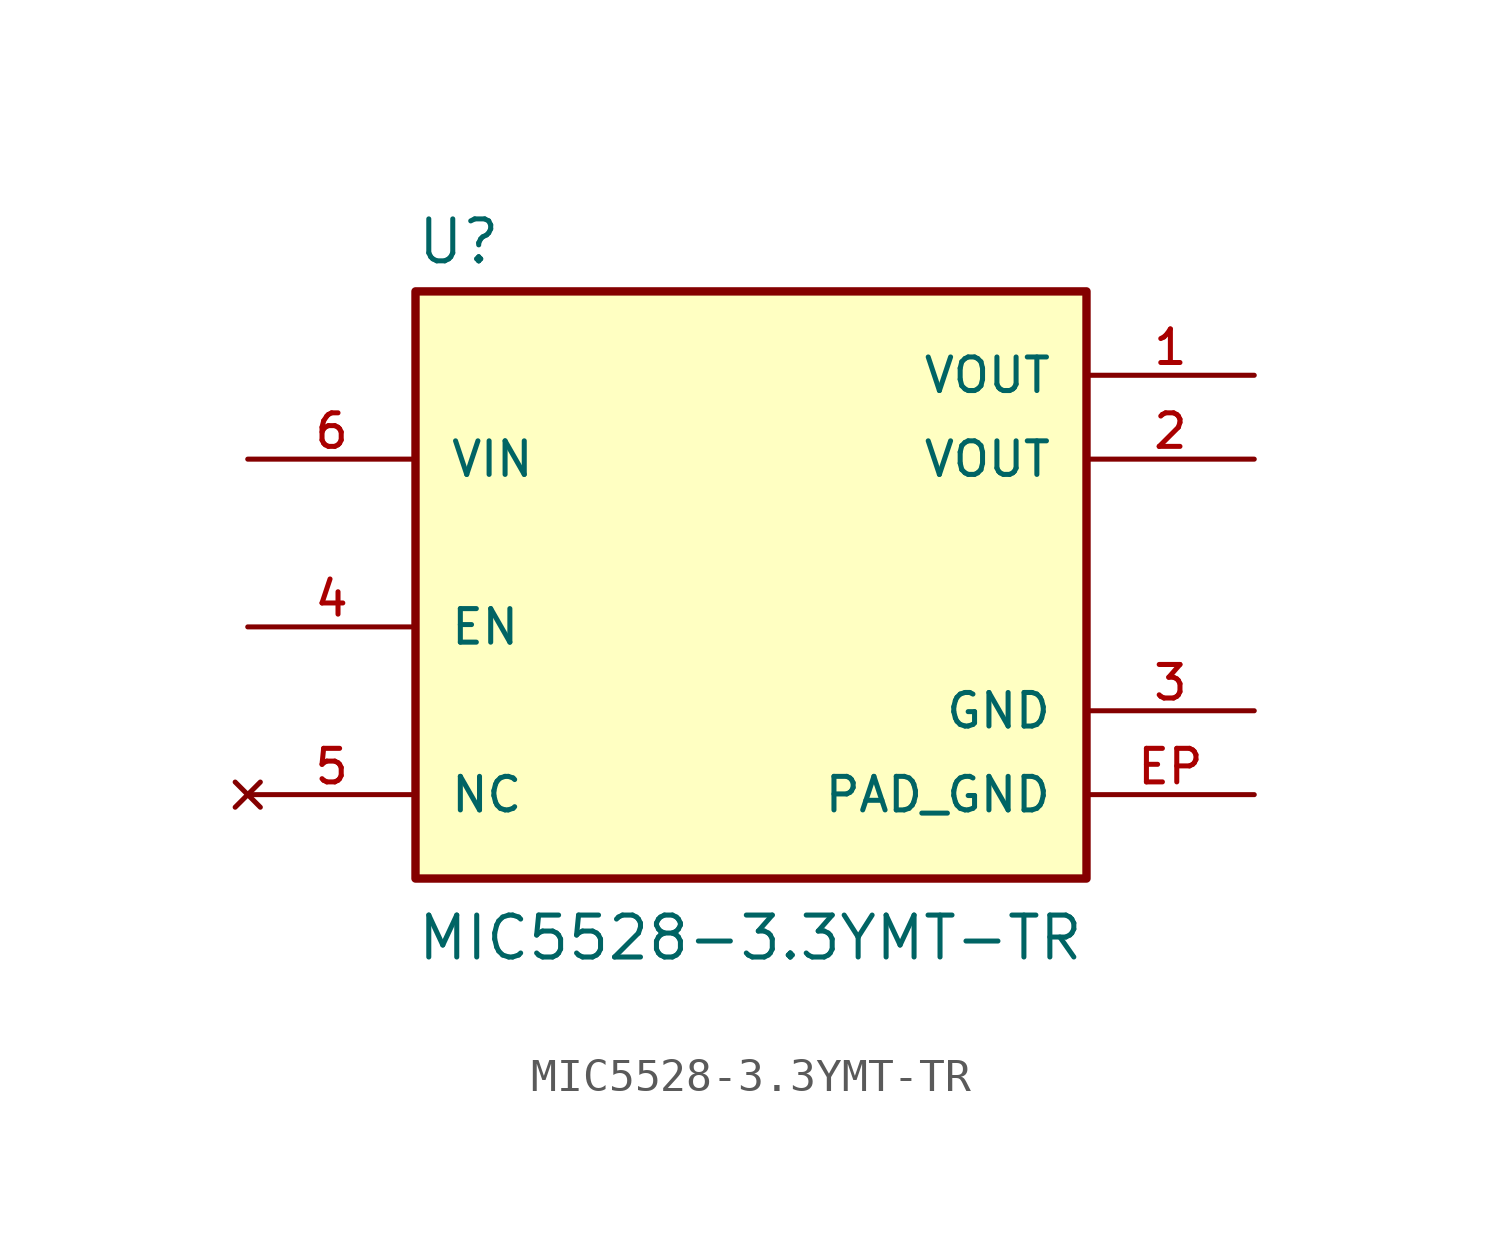
<source format=kicad_sym>
(kicad_symbol_lib
  (version 20211014)
  (generator kicad_symbol_editor)
  (symbol "MIC5528-3.3YMT-TR"
    (pin_names
      (offset 1.016))
    (property "Reference" "U"
      (at -10.16 8.382 0)
      (effects (font (size 1.27 1.27)) (justify left bottom)))
    (property "Value" "MIC5528-3.3YMT-TR"
      (at -10.16 -12.7 0)
      (effects (font (size 1.27 1.27)) (justify left bottom)))
    (symbol "MIC5528-3.3YMT-TR_0_0"
      (rectangle (start -10.16 -10.16) (end 10.16 7.62) (stroke (width 0.254) (type default) (color 0 0 0 0)) (fill (type background)))
      (pin output line (at 15.24 5.08 180) (length 5.08) (name "VOUT" (effects (font (size 1.016 1.016)))) (number "1" (effects (font (size 1.016 1.016)))))
      (pin output line (at 15.24 2.54 180) (length 5.08) (name "VOUT" (effects (font (size 1.016 1.016)))) (number "2" (effects (font (size 1.016 1.016)))))
      (pin power_in line (at 15.24 -5.08 180) (length 5.08) (name "GND" (effects (font (size 1.016 1.016)))) (number "3" (effects (font (size 1.016 1.016)))))
      (pin input line (at -15.24 -2.54 0) (length 5.08) (name "EN" (effects (font (size 1.016 1.016)))) (number "4" (effects (font (size 1.016 1.016)))))
      (pin no_connect line (at -15.24 -7.62 0) (length 5.08) (name "NC" (effects (font (size 1.016 1.016)))) (number "5" (effects (font (size 1.016 1.016)))))
      (pin input line (at -15.24 2.54 0) (length 5.08) (name "VIN" (effects (font (size 1.016 1.016)))) (number "6" (effects (font (size 1.016 1.016)))))
      (pin power_in line (at 15.24 -7.62 180) (length 5.08) (name "PAD_GND" (effects (font (size 1.016 1.016)))) (number "EP" (effects (font (size 1.016 1.016))))))))
</source>
